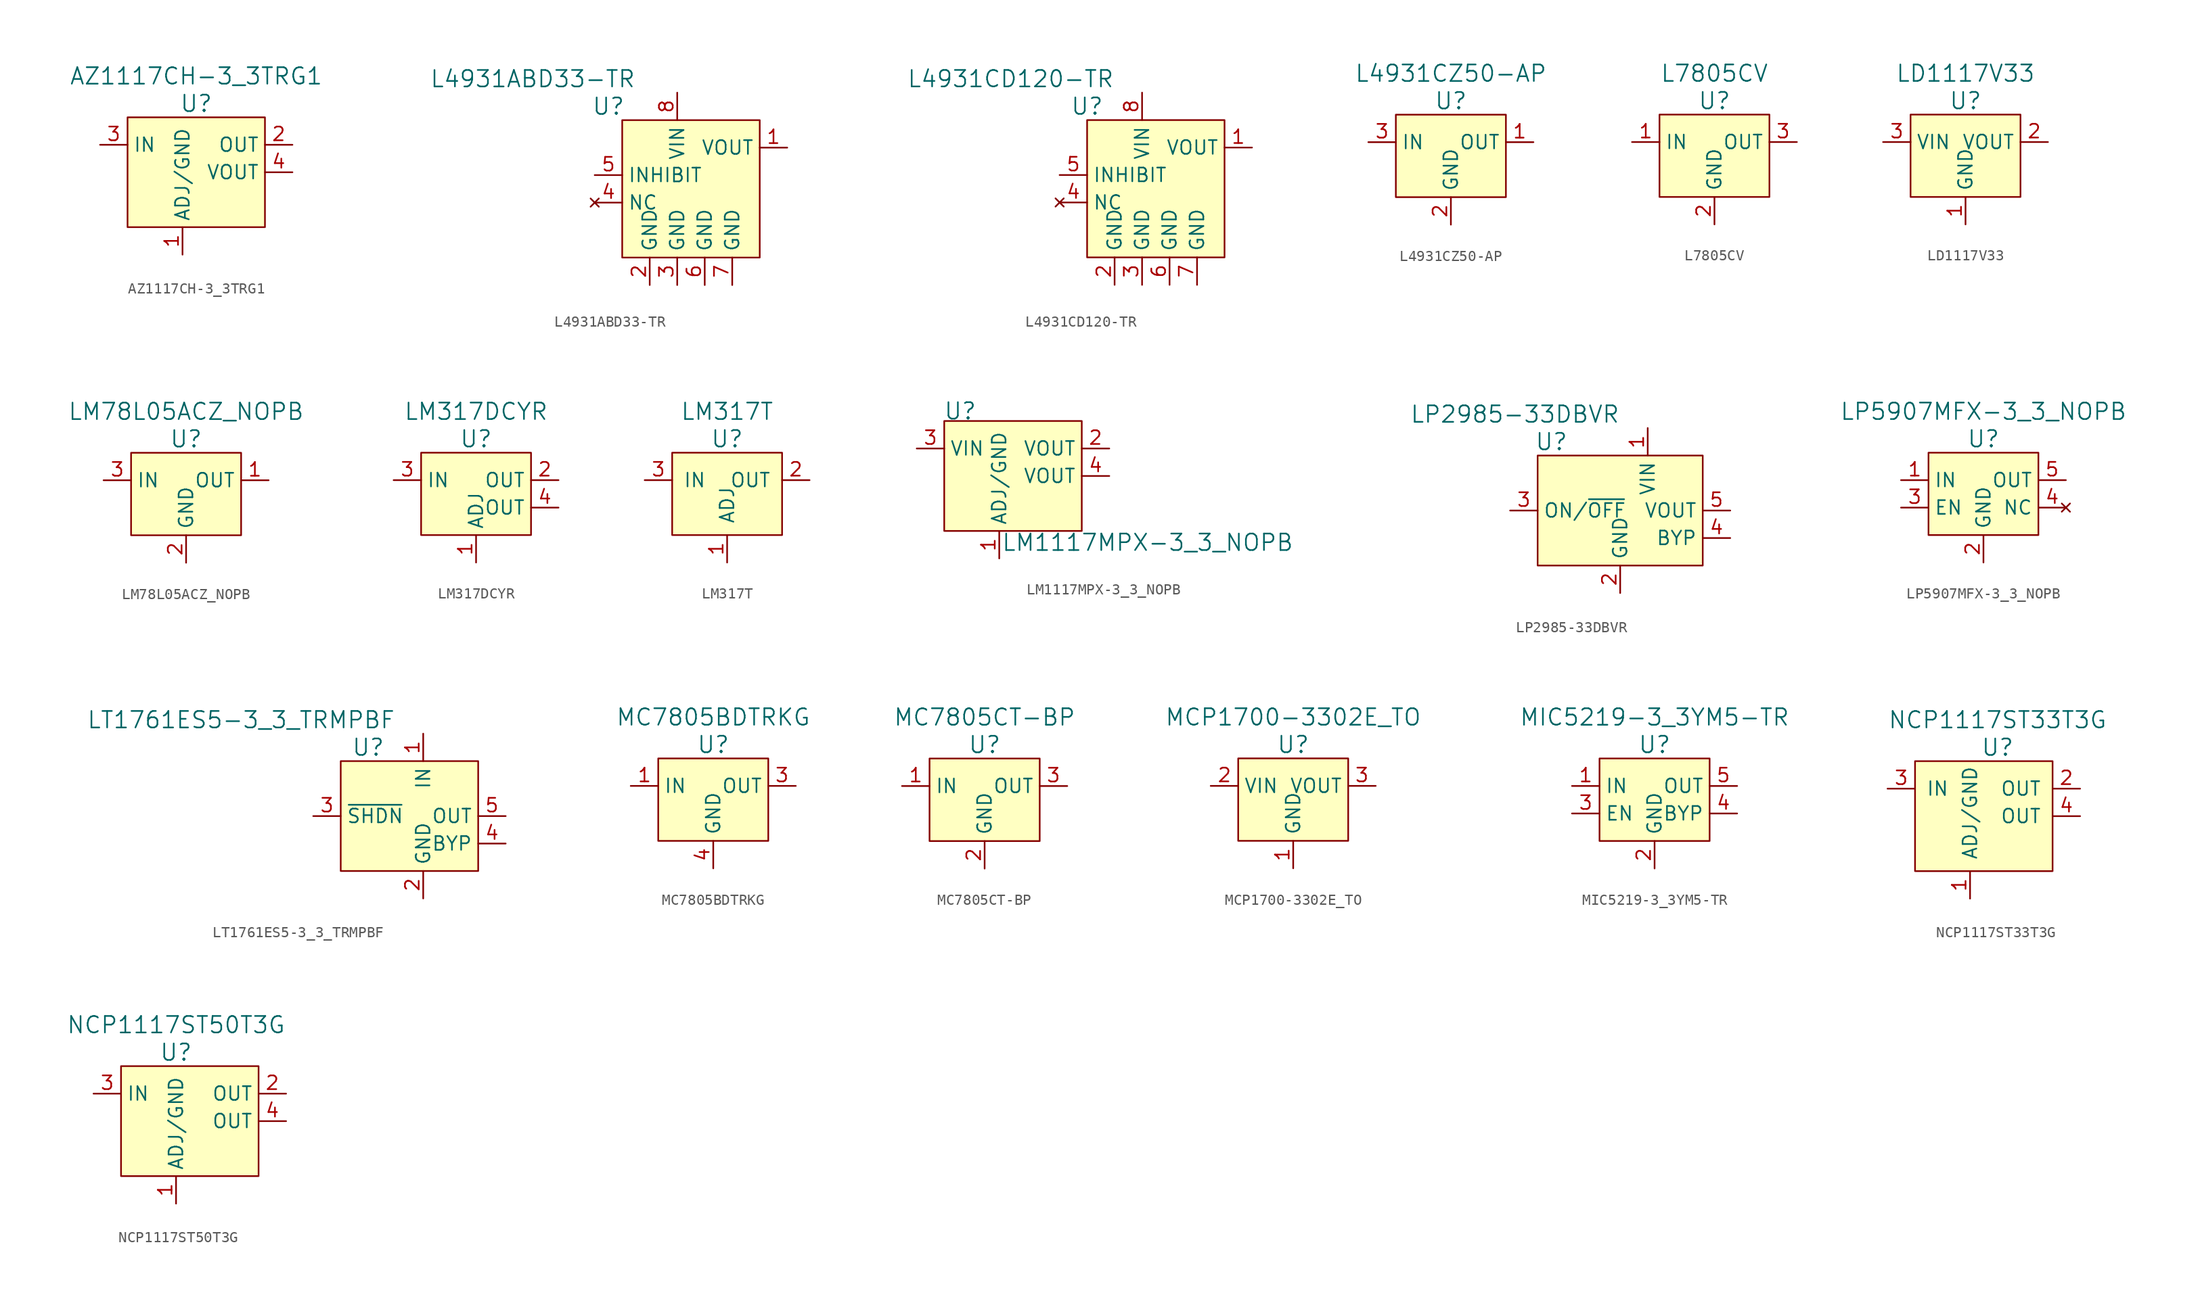
<source format=kicad_sym>
(kicad_symbol_lib
  (version 20201005)
  (generator kicad_symbol_editor)
  (symbol "AZ1117CH-3_3TRG1"
    (property "Reference" "U"
      (at 1.27 3.81 0)
      (effects (font (size 1.524 1.524))))
    (property "Value" "AZ1117CH-3_3TRG1"
      (at 1.27 6.35 0)
      (effects (font (size 1.524 1.524))))
    (symbol "AZ1117CH-3_3TRG1_0_1"
      (rectangle (start -5.08 2.54) (end 7.62 -7.62) (stroke (width 0)) (fill (type background))))
    (symbol "AZ1117CH-3_3TRG1_1_1"
      (pin power_in line (at 0 -10.16 90) (length 2.54) (name "ADJ/GND" (effects (font (size 1.27 1.27)))) (number "1" (effects (font (size 1.27 1.27)))))
      (pin power_out line (at 10.16 0 180) (length 2.54) (name "OUT" (effects (font (size 1.27 1.27)))) (number "2" (effects (font (size 1.27 1.27)))))
      (pin power_in line (at -7.62 0 0) (length 2.54) (name "IN" (effects (font (size 1.27 1.27)))) (number "3" (effects (font (size 1.27 1.27)))))
      (pin power_out line (at 10.16 -2.54 180) (length 2.54) (name "VOUT" (effects (font (size 1.27 1.27)))) (number "4" (effects (font (size 1.27 1.27)))))))
  (symbol "L4931ABD33-TR"
    (property "Reference" "U"
      (at -6.35 6.35 0)
      (effects (font (size 1.524 1.524))))
    (property "Value" "L4931ABD33-TR"
      (at -3.81 8.89 0)
      (effects (font (size 1.524 1.524)) (justify right)))
    (symbol "L4931ABD33-TR_0_1"
      (rectangle (start -5.08 5.08) (end 7.62 -7.62) (stroke (width 0)) (fill (type background))))
    (symbol "L4931ABD33-TR_1_1"
      (pin power_out line (at 10.16 2.54 180) (length 2.54) (name "VOUT" (effects (font (size 1.27 1.27)))) (number "1" (effects (font (size 1.27 1.27)))))
      (pin power_in line (at -2.54 -10.16 90) (length 2.54) (name "GND" (effects (font (size 1.27 1.27)))) (number "2" (effects (font (size 1.27 1.27)))))
      (pin power_in line (at 0 -10.16 90) (length 2.54) (name "GND" (effects (font (size 1.27 1.27)))) (number "3" (effects (font (size 1.27 1.27)))))
      (pin no_connect line (at -7.62 -2.54 0) (length 2.54) (name "NC" (effects (font (size 1.27 1.27)))) (number "4" (effects (font (size 1.27 1.27)))))
      (pin input line (at -7.62 0 0) (length 2.54) (name "INHIBIT" (effects (font (size 1.27 1.27)))) (number "5" (effects (font (size 1.27 1.27)))))
      (pin power_in line (at 2.54 -10.16 90) (length 2.54) (name "GND" (effects (font (size 1.27 1.27)))) (number "6" (effects (font (size 1.27 1.27)))))
      (pin power_in line (at 5.08 -10.16 90) (length 2.54) (name "GND" (effects (font (size 1.27 1.27)))) (number "7" (effects (font (size 1.27 1.27)))))
      (pin power_in line (at 0 7.62 270) (length 2.54) (name "VIN" (effects (font (size 1.27 1.27)))) (number "8" (effects (font (size 1.27 1.27)))))))
  (symbol "L4931CD120-TR"
    (property "Reference" "U"
      (at -5.08 6.35 0)
      (effects (font (size 1.524 1.524))))
    (property "Value" "L4931CD120-TR"
      (at -2.54 8.89 0)
      (effects (font (size 1.524 1.524)) (justify right)))
    (symbol "L4931CD120-TR_0_1"
      (rectangle (start -5.08 5.08) (end 7.62 -7.62) (stroke (width 0)) (fill (type background))))
    (symbol "L4931CD120-TR_1_1"
      (pin power_out line (at 10.16 2.54 180) (length 2.54) (name "VOUT" (effects (font (size 1.27 1.27)))) (number "1" (effects (font (size 1.27 1.27)))))
      (pin power_in line (at -2.54 -10.16 90) (length 2.54) (name "GND" (effects (font (size 1.27 1.27)))) (number "2" (effects (font (size 1.27 1.27)))))
      (pin power_in line (at 0 -10.16 90) (length 2.54) (name "GND" (effects (font (size 1.27 1.27)))) (number "3" (effects (font (size 1.27 1.27)))))
      (pin no_connect line (at -7.62 -2.54 0) (length 2.54) (name "NC" (effects (font (size 1.27 1.27)))) (number "4" (effects (font (size 1.27 1.27)))))
      (pin input line (at -7.62 0 0) (length 2.54) (name "INHIBIT" (effects (font (size 1.27 1.27)))) (number "5" (effects (font (size 1.27 1.27)))))
      (pin power_in line (at 2.54 -10.16 90) (length 2.54) (name "GND" (effects (font (size 1.27 1.27)))) (number "6" (effects (font (size 1.27 1.27)))))
      (pin power_in line (at 5.08 -10.16 90) (length 2.54) (name "GND" (effects (font (size 1.27 1.27)))) (number "7" (effects (font (size 1.27 1.27)))))
      (pin power_in line (at 0 7.62 270) (length 2.54) (name "VIN" (effects (font (size 1.27 1.27)))) (number "8" (effects (font (size 1.27 1.27)))))))
  (symbol "L4931CZ50-AP"
    (property "Reference" "U"
      (at 0 3.81 0)
      (effects (font (size 1.524 1.524))))
    (property "Value" "L4931CZ50-AP"
      (at 0 6.35 0)
      (effects (font (size 1.524 1.524))))
    (symbol "L4931CZ50-AP_0_1"
      (rectangle (start -5.08 2.54) (end 5.08 -5.08) (stroke (width 0)) (fill (type background))))
    (symbol "L4931CZ50-AP_1_1"
      (pin power_out line (at 7.62 0 180) (length 2.54) (name "OUT" (effects (font (size 1.27 1.27)))) (number "1" (effects (font (size 1.27 1.27)))))
      (pin power_in line (at 0 -7.62 90) (length 2.54) (name "GND" (effects (font (size 1.27 1.27)))) (number "2" (effects (font (size 1.27 1.27)))))
      (pin power_in line (at -7.62 0 0) (length 2.54) (name "IN" (effects (font (size 1.27 1.27)))) (number "3" (effects (font (size 1.27 1.27)))))))
  (symbol "L7805CV"
    (property "Reference" "U"
      (at 0 3.81 0)
      (effects (font (size 1.524 1.524))))
    (property "Value" "L7805CV"
      (at 0 6.35 0)
      (effects (font (size 1.524 1.524))))
    (symbol "L7805CV_1_1"
      (rectangle (start -5.08 2.54) (end 5.08 -5.08) (stroke (width 0)) (fill (type background)))
      (pin power_in line (at -7.62 0 0) (length 2.54) (name "IN" (effects (font (size 1.27 1.27)))) (number "1" (effects (font (size 1.27 1.27)))))
      (pin power_in line (at 0 -7.62 90) (length 2.54) (name "GND" (effects (font (size 1.27 1.27)))) (number "2" (effects (font (size 1.27 1.27)))))
      (pin power_out line (at 7.62 0 180) (length 2.54) (name "OUT" (effects (font (size 1.27 1.27)))) (number "3" (effects (font (size 1.27 1.27)))))))
  (symbol "LD1117V33"
    (property "Reference" "U"
      (at 0 3.81 0)
      (effects (font (size 1.524 1.524))))
    (property "Value" "LD1117V33"
      (at 0 6.35 0)
      (effects (font (size 1.524 1.524))))
    (symbol "LD1117V33_1_1"
      (rectangle (start -5.08 2.54) (end 5.08 -5.08) (stroke (width 0)) (fill (type background)))
      (pin power_in line (at 0 -7.62 90) (length 2.54) (name "GND" (effects (font (size 1.27 1.27)))) (number "1" (effects (font (size 1.27 1.27)))))
      (pin power_out line (at 7.62 0 180) (length 2.54) (name "VOUT" (effects (font (size 1.27 1.27)))) (number "2" (effects (font (size 1.27 1.27)))))
      (pin power_in line (at -7.62 0 0) (length 2.54) (name "VIN" (effects (font (size 1.27 1.27)))) (number "3" (effects (font (size 1.27 1.27)))))))
  (symbol "LM78L05ACZ_NOPB"
    (property "Reference" "U"
      (at 0 3.81 0)
      (effects (font (size 1.524 1.524))))
    (property "Value" "LM78L05ACZ_NOPB"
      (at 0 6.35 0)
      (effects (font (size 1.524 1.524))))
    (symbol "LM78L05ACZ_NOPB_0_1"
      (rectangle (start -5.08 2.54) (end 5.08 -5.08) (stroke (width 0)) (fill (type background))))
    (symbol "LM78L05ACZ_NOPB_1_1"
      (pin power_out line (at 7.62 0 180) (length 2.54) (name "OUT" (effects (font (size 1.27 1.27)))) (number "1" (effects (font (size 1.27 1.27)))))
      (pin power_in line (at 0 -7.62 90) (length 2.54) (name "GND" (effects (font (size 1.27 1.27)))) (number "2" (effects (font (size 1.27 1.27)))))
      (pin power_in line (at -7.62 0 0) (length 2.54) (name "IN" (effects (font (size 1.27 1.27)))) (number "3" (effects (font (size 1.27 1.27)))))))
  (symbol "LM317DCYR"
    (property "Reference" "U"
      (at 0 3.81 0)
      (effects (font (size 1.524 1.524))))
    (property "Value" "LM317DCYR"
      (at 0 6.35 0)
      (effects (font (size 1.524 1.524))))
    (symbol "LM317DCYR_0_1"
      (rectangle (start -5.08 2.54) (end 5.08 -5.08) (stroke (width 0)) (fill (type background))))
    (symbol "LM317DCYR_1_1"
      (pin input line (at 0 -7.62 90) (length 2.54) (name "ADJ" (effects (font (size 1.27 1.27)))) (number "1" (effects (font (size 1.27 1.27)))))
      (pin power_out line (at 7.62 0 180) (length 2.54) (name "OUT" (effects (font (size 1.27 1.27)))) (number "2" (effects (font (size 1.27 1.27)))))
      (pin power_in line (at -7.62 0 0) (length 2.54) (name "IN" (effects (font (size 1.27 1.27)))) (number "3" (effects (font (size 1.27 1.27)))))
      (pin power_out line (at 7.62 -2.54 180) (length 2.54) (name "OUT" (effects (font (size 1.27 1.27)))) (number "4" (effects (font (size 1.27 1.27)))))))
  (symbol "LM317T"
    (pin_names
      (offset 1.016))
    (property "Reference" "U"
      (at 0 3.81 0)
      (effects (font (size 1.524 1.524))))
    (property "Value" "LM317T"
      (at 0 6.35 0)
      (effects (font (size 1.524 1.524))))
    (symbol "LM317T_0_1"
      (rectangle (start -5.08 2.54) (end 5.08 -5.08) (stroke (width 0)) (fill (type background))))
    (symbol "LM317T_1_1"
      (pin input line (at 0 -7.62 90) (length 2.54) (name "ADJ" (effects (font (size 1.27 1.27)))) (number "1" (effects (font (size 1.27 1.27)))))
      (pin power_out line (at 7.62 0 180) (length 2.54) (name "OUT" (effects (font (size 1.27 1.27)))) (number "2" (effects (font (size 1.27 1.27)))))
      (pin power_in line (at -7.62 0 0) (length 2.54) (name "IN" (effects (font (size 1.27 1.27)))) (number "3" (effects (font (size 1.27 1.27)))))))
  (symbol "LM1117MPX-3_3_NOPB"
    (property "Reference" "U"
      (at -7.696 3.454 0)
      (effects (font (size 1.524 1.524)) (justify left)))
    (property "Value" "LM1117MPX-3_3_NOPB"
      (at -2.362 -8.687 0)
      (effects (font (size 1.524 1.524)) (justify left)))
    (symbol "LM1117MPX-3_3_NOPB_0_1"
      (rectangle (start 5.08 2.54) (end -7.62 -7.62) (stroke (width 0)) (fill (type background))))
    (symbol "LM1117MPX-3_3_NOPB_1_1"
      (pin power_in line (at -2.54 -10.16 90) (length 2.54) (name "ADJ/GND" (effects (font (size 1.27 1.27)))) (number "1" (effects (font (size 1.27 1.27)))))
      (pin power_out line (at 7.62 0 180) (length 2.54) (name "VOUT" (effects (font (size 1.27 1.27)))) (number "2" (effects (font (size 1.27 1.27)))))
      (pin power_in line (at -10.16 0 0) (length 2.54) (name "VIN" (effects (font (size 1.27 1.27)))) (number "3" (effects (font (size 1.27 1.27)))))
      (pin power_out line (at 7.62 -2.54 180) (length 2.54) (name "VOUT" (effects (font (size 1.27 1.27)))) (number "4" (effects (font (size 1.27 1.27)))))))
  (symbol "LP2985-33DBVR"
    (property "Reference" "U"
      (at -6.35 6.35 0)
      (effects (font (size 1.524 1.524))))
    (property "Value" "LP2985-33DBVR"
      (at 0 8.89 0)
      (effects (font (size 1.524 1.524)) (justify right)))
    (symbol "LP2985-33DBVR_0_1"
      (rectangle (start -7.62 5.08) (end 7.62 -5.08) (stroke (width 0)) (fill (type background))))
    (symbol "LP2985-33DBVR_1_1"
      (pin power_in line (at 2.54 7.62 270) (length 2.54) (name "VIN" (effects (font (size 1.27 1.27)))) (number "1" (effects (font (size 1.27 1.27)))))
      (pin power_in line (at 0 -7.62 90) (length 2.54) (name "GND" (effects (font (size 1.27 1.27)))) (number "2" (effects (font (size 1.27 1.27)))))
      (pin input line (at -10.16 0 0) (length 2.54) (name "ON/~OFF" (effects (font (size 1.27 1.27)))) (number "3" (effects (font (size 1.27 1.27)))))
      (pin passive line (at 10.16 -2.54 180) (length 2.54) (name "BYP" (effects (font (size 1.27 1.27)))) (number "4" (effects (font (size 1.27 1.27)))))
      (pin power_out line (at 10.16 0 180) (length 2.54) (name "VOUT" (effects (font (size 1.27 1.27)))) (number "5" (effects (font (size 1.27 1.27)))))))
  (symbol "LP5907MFX-3_3_NOPB"
    (property "Reference" "U"
      (at 0 8.89 0)
      (effects (font (size 1.524 1.524))))
    (property "Value" "LP5907MFX-3_3_NOPB"
      (at 0 11.43 0)
      (effects (font (size 1.524 1.524))))
    (symbol "LP5907MFX-3_3_NOPB_0_1"
      (rectangle (start -5.08 7.62) (end 5.08 0) (stroke (width 0)) (fill (type background))))
    (symbol "LP5907MFX-3_3_NOPB_1_1"
      (pin power_in line (at -7.62 5.08 0) (length 2.54) (name "IN" (effects (font (size 1.27 1.27)))) (number "1" (effects (font (size 1.27 1.27)))))
      (pin power_in line (at 0 -2.54 90) (length 2.54) (name "GND" (effects (font (size 1.27 1.27)))) (number "2" (effects (font (size 1.27 1.27)))))
      (pin input line (at -7.62 2.54 0) (length 2.54) (name "EN" (effects (font (size 1.27 1.27)))) (number "3" (effects (font (size 1.27 1.27)))))
      (pin no_connect line (at 7.62 2.54 180) (length 2.54) (name "NC" (effects (font (size 1.27 1.27)))) (number "4" (effects (font (size 1.27 1.27)))))
      (pin power_out line (at 7.62 5.08 180) (length 2.54) (name "OUT" (effects (font (size 1.27 1.27)))) (number "5" (effects (font (size 1.27 1.27)))))))
  (symbol "LT1761ES5-3_3_TRMPBF"
    (property "Reference" "U"
      (at -5.08 6.35 0)
      (effects (font (size 1.524 1.524))))
    (property "Value" "LT1761ES5-3_3_TRMPBF"
      (at -2.54 8.89 0)
      (effects (font (size 1.524 1.524)) (justify right)))
    (symbol "LT1761ES5-3_3_TRMPBF_0_1"
      (rectangle (start -7.62 5.08) (end 5.08 -5.08) (stroke (width 0)) (fill (type background))))
    (symbol "LT1761ES5-3_3_TRMPBF_1_1"
      (pin power_in line (at 0 7.62 270) (length 2.54) (name "IN" (effects (font (size 1.27 1.27)))) (number "1" (effects (font (size 1.27 1.27)))))
      (pin power_in line (at 0 -7.62 90) (length 2.54) (name "GND" (effects (font (size 1.27 1.27)))) (number "2" (effects (font (size 1.27 1.27)))))
      (pin input line (at -10.16 0 0) (length 2.54) (name "~SHDN" (effects (font (size 1.27 1.27)))) (number "3" (effects (font (size 1.27 1.27)))))
      (pin passive line (at 7.62 -2.54 180) (length 2.54) (name "BYP" (effects (font (size 1.27 1.27)))) (number "4" (effects (font (size 1.27 1.27)))))
      (pin power_out line (at 7.62 0 180) (length 2.54) (name "OUT" (effects (font (size 1.27 1.27)))) (number "5" (effects (font (size 1.27 1.27)))))))
  (symbol "MC7805BDTRKG"
    (property "Reference" "U"
      (at 0 3.81 0)
      (effects (font (size 1.524 1.524))))
    (property "Value" "MC7805BDTRKG"
      (at 0 6.35 0)
      (effects (font (size 1.524 1.524))))
    (symbol "MC7805BDTRKG_0_1"
      (rectangle (start -5.08 2.54) (end 5.08 -5.08) (stroke (width 0)) (fill (type background))))
    (symbol "MC7805BDTRKG_1_1"
      (pin input line (at -7.62 0 0) (length 2.54) (name "IN" (effects (font (size 1.27 1.27)))) (number "1" (effects (font (size 1.27 1.27)))))
      (pin output line (at 7.62 0 180) (length 2.54) (name "OUT" (effects (font (size 1.27 1.27)))) (number "3" (effects (font (size 1.27 1.27)))))
      (pin power_in line (at 0 -7.62 90) (length 2.54) (name "GND" (effects (font (size 1.27 1.27)))) (number "4" (effects (font (size 1.27 1.27)))))))
  (symbol "MC7805CT-BP"
    (property "Reference" "U"
      (at 0 3.81 0)
      (effects (font (size 1.524 1.524))))
    (property "Value" "MC7805CT-BP"
      (at 0 6.35 0)
      (effects (font (size 1.524 1.524))))
    (symbol "MC7805CT-BP_0_1"
      (rectangle (start -5.08 2.54) (end 5.08 -5.08) (stroke (width 0)) (fill (type background))))
    (symbol "MC7805CT-BP_1_1"
      (pin power_in line (at -7.62 0 0) (length 2.54) (name "IN" (effects (font (size 1.27 1.27)))) (number "1" (effects (font (size 1.27 1.27)))))
      (pin power_in line (at 0 -7.62 90) (length 2.54) (name "GND" (effects (font (size 1.27 1.27)))) (number "2" (effects (font (size 1.27 1.27)))))
      (pin power_out line (at 7.62 0 180) (length 2.54) (name "OUT" (effects (font (size 1.27 1.27)))) (number "3" (effects (font (size 1.27 1.27)))))))
  (symbol "MCP1700-3302E_TO"
    (property "Reference" "U"
      (at 0 3.81 0)
      (effects (font (size 1.524 1.524))))
    (property "Value" "MCP1700-3302E_TO"
      (at 0 6.35 0)
      (effects (font (size 1.524 1.524))))
    (symbol "MCP1700-3302E_TO_0_1"
      (rectangle (start -5.08 2.54) (end 5.08 -5.08) (stroke (width 0)) (fill (type background))))
    (symbol "MCP1700-3302E_TO_1_1"
      (pin power_in line (at 0 -7.62 90) (length 2.54) (name "GND" (effects (font (size 1.27 1.27)))) (number "1" (effects (font (size 1.27 1.27)))))
      (pin power_in line (at -7.62 0 0) (length 2.54) (name "VIN" (effects (font (size 1.27 1.27)))) (number "2" (effects (font (size 1.27 1.27)))))
      (pin power_out line (at 7.62 0 180) (length 2.54) (name "VOUT" (effects (font (size 1.27 1.27)))) (number "3" (effects (font (size 1.27 1.27)))))))
  (symbol "MIC5219-3_3YM5-TR"
    (property "Reference" "U"
      (at 0 3.81 0)
      (effects (font (size 1.524 1.524))))
    (property "Value" "MIC5219-3_3YM5-TR"
      (at 0 6.35 0)
      (effects (font (size 1.524 1.524))))
    (symbol "MIC5219-3_3YM5-TR_0_1"
      (rectangle (start -5.08 2.54) (end 5.08 -5.08) (stroke (width 0)) (fill (type background))))
    (symbol "MIC5219-3_3YM5-TR_1_1"
      (pin power_in line (at -7.62 0 0) (length 2.54) (name "IN" (effects (font (size 1.27 1.27)))) (number "1" (effects (font (size 1.27 1.27)))))
      (pin power_in line (at 0 -7.62 90) (length 2.54) (name "GND" (effects (font (size 1.27 1.27)))) (number "2" (effects (font (size 1.27 1.27)))))
      (pin input line (at -7.62 -2.54 0) (length 2.54) (name "EN" (effects (font (size 1.27 1.27)))) (number "3" (effects (font (size 1.27 1.27)))))
      (pin passive line (at 7.62 -2.54 180) (length 2.54) (name "BYP" (effects (font (size 1.27 1.27)))) (number "4" (effects (font (size 1.27 1.27)))))
      (pin power_out line (at 7.62 0 180) (length 2.54) (name "OUT" (effects (font (size 1.27 1.27)))) (number "5" (effects (font (size 1.27 1.27)))))))
  (symbol "NCP1117ST33T3G"
    (pin_names
      (offset 1.016))
    (property "Reference" "U"
      (at 2.54 3.81 0)
      (effects (font (size 1.524 1.524))))
    (property "Value" "NCP1117ST33T3G"
      (at 2.54 6.35 0)
      (effects (font (size 1.524 1.524))))
    (symbol "NCP1117ST33T3G_0_1"
      (rectangle (start -5.08 2.54) (end 7.62 -7.62) (stroke (width 0)) (fill (type background))))
    (symbol "NCP1117ST33T3G_1_1"
      (pin power_in line (at 0 -10.16 90) (length 2.54) (name "ADJ/GND" (effects (font (size 1.27 1.27)))) (number "1" (effects (font (size 1.27 1.27)))))
      (pin power_out line (at 10.16 0 180) (length 2.54) (name "OUT" (effects (font (size 1.27 1.27)))) (number "2" (effects (font (size 1.27 1.27)))))
      (pin power_in line (at -7.62 0 0) (length 2.54) (name "IN" (effects (font (size 1.27 1.27)))) (number "3" (effects (font (size 1.27 1.27)))))
      (pin power_out line (at 10.16 -2.54 180) (length 2.54) (name "OUT" (effects (font (size 1.27 1.27)))) (number "4" (effects (font (size 1.27 1.27)))))))
  (symbol "NCP1117ST50T3G"
    (property "Reference" "U"
      (at 0 3.81 0)
      (effects (font (size 1.524 1.524))))
    (property "Value" "NCP1117ST50T3G"
      (at 0 6.35 0)
      (effects (font (size 1.524 1.524))))
    (symbol "NCP1117ST50T3G_0_1"
      (rectangle (start -5.08 2.54) (end 7.62 -7.62) (stroke (width 0)) (fill (type background))))
    (symbol "NCP1117ST50T3G_1_1"
      (pin power_in line (at 0 -10.16 90) (length 2.54) (name "ADJ/GND" (effects (font (size 1.27 1.27)))) (number "1" (effects (font (size 1.27 1.27)))))
      (pin power_out line (at 10.16 0 180) (length 2.54) (name "OUT" (effects (font (size 1.27 1.27)))) (number "2" (effects (font (size 1.27 1.27)))))
      (pin power_in line (at -7.62 0 0) (length 2.54) (name "IN" (effects (font (size 1.27 1.27)))) (number "3" (effects (font (size 1.27 1.27)))))
      (pin power_out line (at 10.16 -2.54 180) (length 2.54) (name "OUT" (effects (font (size 1.27 1.27)))) (number "4" (effects (font (size 1.27 1.27))))))))
</source>
